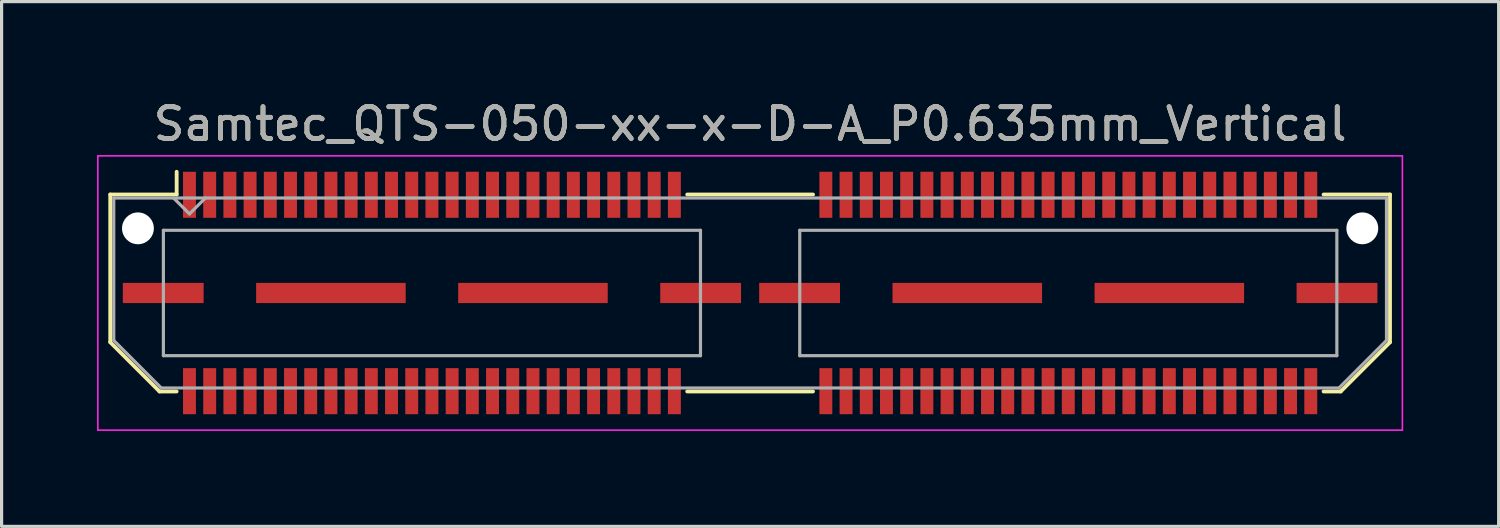
<source format=kicad_pcb>
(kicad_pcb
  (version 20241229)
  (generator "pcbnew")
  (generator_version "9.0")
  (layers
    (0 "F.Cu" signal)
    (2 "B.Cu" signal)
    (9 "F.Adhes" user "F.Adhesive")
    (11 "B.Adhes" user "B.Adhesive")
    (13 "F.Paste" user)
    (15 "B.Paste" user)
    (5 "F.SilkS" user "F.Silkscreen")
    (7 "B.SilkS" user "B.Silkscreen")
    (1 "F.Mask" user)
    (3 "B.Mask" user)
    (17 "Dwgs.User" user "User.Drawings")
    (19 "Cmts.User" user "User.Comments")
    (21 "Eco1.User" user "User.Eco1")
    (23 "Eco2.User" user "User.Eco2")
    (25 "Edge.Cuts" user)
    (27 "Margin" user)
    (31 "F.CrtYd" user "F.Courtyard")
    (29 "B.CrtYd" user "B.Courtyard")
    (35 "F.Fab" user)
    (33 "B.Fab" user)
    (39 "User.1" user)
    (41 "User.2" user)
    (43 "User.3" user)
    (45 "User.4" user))
  (footprint "Samtec_QTS-050-xx-x-D-A_P0.635mm_Vertical"
    (layer "F.Cu")
    (at 20.525 6.158)
    (property "Reference" "Samtec_QTS-050-xx-x-D-A_P0.635mm_Vertical" (at 0 -5.31 0) (layer "F.SilkS") (effects (font (size 1 1) (thickness 0.15))))
    (attr smd)
    (fp_line (start -20.11 -3.095) (end -20.11 1.548) (stroke (width 0.12) (type solid)) (layer "F.SilkS"))
    (fp_line (start -20.11 1.548) (end -18.562 3.095) (stroke (width 0.12) (type solid)) (layer "F.SilkS"))
    (fp_line (start -18.562 3.095) (end -18.023 3.095) (stroke (width 0.12) (type solid)) (layer "F.SilkS"))
    (fp_line (start -18.023 -3.81) (end -18.023 -3.095) (stroke (width 0.12) (type solid)) (layer "F.SilkS"))
    (fp_line (start -18.023 -3.095) (end -20.11 -3.095) (stroke (width 0.12) (type solid)) (layer "F.SilkS"))
    (fp_line (start -1.977 -3.095) (end 1.977 -3.095) (stroke (width 0.12) (type solid)) (layer "F.SilkS"))
    (fp_line (start -1.977 3.095) (end 1.977 3.095) (stroke (width 0.12) (type solid)) (layer "F.SilkS"))
    (fp_line (start 18.023 -3.095) (end 20.11 -3.095) (stroke (width 0.12) (type solid)) (layer "F.SilkS"))
    (fp_line (start 18.562 3.095) (end 18.023 3.095) (stroke (width 0.12) (type solid)) (layer "F.SilkS"))
    (fp_line (start 20.11 -3.095) (end 20.11 1.548) (stroke (width 0.12) (type solid)) (layer "F.SilkS"))
    (fp_line (start 20.11 1.548) (end 18.562 3.095) (stroke (width 0.12) (type solid)) (layer "F.SilkS"))
    (fp_line (start -20.5 -4.31) (end -20.5 4.31) (stroke (width 0.05) (type solid)) (layer "F.CrtYd"))
    (fp_line (start -20.5 4.31) (end 20.5 4.31) (stroke (width 0.05) (type solid)) (layer "F.CrtYd"))
    (fp_line (start 20.5 -4.31) (end -20.5 -4.31) (stroke (width 0.05) (type solid)) (layer "F.CrtYd"))
    (fp_line (start 20.5 4.31) (end 20.5 -4.31) (stroke (width 0.05) (type solid)) (layer "F.CrtYd"))
    (fp_line (start -20 -2.985) (end -20 1.492) (stroke (width 0.1) (type solid)) (layer "F.Fab"))
    (fp_line (start -20 -2.985) (end 20 -2.985) (stroke (width 0.1) (type solid)) (layer "F.Fab"))
    (fp_line (start -20 1.492) (end -18.508 2.985) (stroke (width 0.1) (type solid)) (layer "F.Fab"))
    (fp_line (start -18.508 2.985) (end 18.508 2.985) (stroke (width 0.1) (type solid)) (layer "F.Fab"))
    (fp_line (start -18.44 -1.97) (end -18.44 1.97) (stroke (width 0.1) (type solid)) (layer "F.Fab"))
    (fp_line (start -18.44 1.97) (end -1.56 1.97) (stroke (width 0.1) (type solid)) (layer "F.Fab"))
    (fp_line (start -17.62 -2.485) (end -18.12 -2.985) (stroke (width 0.1) (type solid)) (layer "F.Fab"))
    (fp_line (start -17.12 -2.985) (end -17.62 -2.485) (stroke (width 0.1) (type solid)) (layer "F.Fab"))
    (fp_line (start -1.56 -1.97) (end -18.44 -1.97) (stroke (width 0.1) (type solid)) (layer "F.Fab"))
    (fp_line (start -1.56 1.97) (end -1.56 -1.97) (stroke (width 0.1) (type solid)) (layer "F.Fab"))
    (fp_line (start 1.56 -1.97) (end 1.56 1.97) (stroke (width 0.1) (type solid)) (layer "F.Fab"))
    (fp_line (start 1.56 1.97) (end 18.44 1.97) (stroke (width 0.1) (type solid)) (layer "F.Fab"))
    (fp_line (start 18.44 -1.97) (end 1.56 -1.97) (stroke (width 0.1) (type solid)) (layer "F.Fab"))
    (fp_line (start 18.44 1.97) (end 18.44 -1.97) (stroke (width 0.1) (type solid)) (layer "F.Fab"))
    (fp_line (start 20 -2.985) (end 20 1.492) (stroke (width 0.1) (type solid)) (layer "F.Fab"))
    (fp_line (start 20 1.492) (end 18.508 2.985) (stroke (width 0.1) (type solid)) (layer "F.Fab"))
    (fp_text user "${REFERENCE}" (at 0 -5.31 0) (layer "F.Fab") (effects (font (size 1 1) (thickness 0.15))))
    (pad "" np_thru_hole circle (at -19.24 -2.032) (size 1 1) (drill 1) (layers "*.Cu" "*.Mask"))
    (pad "" np_thru_hole circle (at 19.24 -2.032) (size 1 1) (drill 1) (layers "*.Cu" "*.Mask"))
    (pad "1" smd rect (at -17.62 -3.086) (size 0.406 1.448) (layers "F.Cu" "F.Mask" "F.Paste"))
    (pad "2" smd rect (at -17.62 3.086) (size 0.406 1.448) (layers "F.Cu" "F.Mask" "F.Paste"))
    (pad "3" smd rect (at -16.985 -3.086) (size 0.406 1.448) (layers "F.Cu" "F.Mask" "F.Paste"))
    (pad "4" smd rect (at -16.985 3.086) (size 0.406 1.448) (layers "F.Cu" "F.Mask" "F.Paste"))
    (pad "5" smd rect (at -16.35 -3.086) (size 0.406 1.448) (layers "F.Cu" "F.Mask" "F.Paste"))
    (pad "6" smd rect (at -16.35 3.086) (size 0.406 1.448) (layers "F.Cu" "F.Mask" "F.Paste"))
    (pad "7" smd rect (at -15.715 -3.086) (size 0.406 1.448) (layers "F.Cu" "F.Mask" "F.Paste"))
    (pad "8" smd rect (at -15.715 3.086) (size 0.406 1.448) (layers "F.Cu" "F.Mask" "F.Paste"))
    (pad "9" smd rect (at -15.08 -3.086) (size 0.406 1.448) (layers "F.Cu" "F.Mask" "F.Paste"))
    (pad "10" smd rect (at -15.08 3.086) (size 0.406 1.448) (layers "F.Cu" "F.Mask" "F.Paste"))
    (pad "11" smd rect (at -14.445 -3.086) (size 0.406 1.448) (layers "F.Cu" "F.Mask" "F.Paste"))
    (pad "12" smd rect (at -14.445 3.086) (size 0.406 1.448) (layers "F.Cu" "F.Mask" "F.Paste"))
    (pad "13" smd rect (at -13.81 -3.086) (size 0.406 1.448) (layers "F.Cu" "F.Mask" "F.Paste"))
    (pad "14" smd rect (at -13.81 3.086) (size 0.406 1.448) (layers "F.Cu" "F.Mask" "F.Paste"))
    (pad "15" smd rect (at -13.175 -3.086) (size 0.406 1.448) (layers "F.Cu" "F.Mask" "F.Paste"))
    (pad "16" smd rect (at -13.175 3.086) (size 0.406 1.448) (layers "F.Cu" "F.Mask" "F.Paste"))
    (pad "17" smd rect (at -12.54 -3.086) (size 0.406 1.448) (layers "F.Cu" "F.Mask" "F.Paste"))
    (pad "18" smd rect (at -12.54 3.086) (size 0.406 1.448) (layers "F.Cu" "F.Mask" "F.Paste"))
    (pad "19" smd rect (at -11.905 -3.086) (size 0.406 1.448) (layers "F.Cu" "F.Mask" "F.Paste"))
    (pad "20" smd rect (at -11.905 3.086) (size 0.406 1.448) (layers "F.Cu" "F.Mask" "F.Paste"))
    (pad "21" smd rect (at -11.27 -3.086) (size 0.406 1.448) (layers "F.Cu" "F.Mask" "F.Paste"))
    (pad "22" smd rect (at -11.27 3.086) (size 0.406 1.448) (layers "F.Cu" "F.Mask" "F.Paste"))
    (pad "23" smd rect (at -10.635 -3.086) (size 0.406 1.448) (layers "F.Cu" "F.Mask" "F.Paste"))
    (pad "24" smd rect (at -10.635 3.086) (size 0.406 1.448) (layers "F.Cu" "F.Mask" "F.Paste"))
    (pad "25" smd rect (at -10 -3.086) (size 0.406 1.448) (layers "F.Cu" "F.Mask" "F.Paste"))
    (pad "26" smd rect (at -10 3.086) (size 0.406 1.448) (layers "F.Cu" "F.Mask" "F.Paste"))
    (pad "27" smd rect (at -9.365 -3.086) (size 0.406 1.448) (layers "F.Cu" "F.Mask" "F.Paste"))
    (pad "28" smd rect (at -9.365 3.086) (size 0.406 1.448) (layers "F.Cu" "F.Mask" "F.Paste"))
    (pad "29" smd rect (at -8.73 -3.086) (size 0.406 1.448) (layers "F.Cu" "F.Mask" "F.Paste"))
    (pad "30" smd rect (at -8.73 3.086) (size 0.406 1.448) (layers "F.Cu" "F.Mask" "F.Paste"))
    (pad "31" smd rect (at -8.095 -3.086) (size 0.406 1.448) (layers "F.Cu" "F.Mask" "F.Paste"))
    (pad "32" smd rect (at -8.095 3.086) (size 0.406 1.448) (layers "F.Cu" "F.Mask" "F.Paste"))
    (pad "33" smd rect (at -7.46 -3.086) (size 0.406 1.448) (layers "F.Cu" "F.Mask" "F.Paste"))
    (pad "34" smd rect (at -7.46 3.086) (size 0.406 1.448) (layers "F.Cu" "F.Mask" "F.Paste"))
    (pad "35" smd rect (at -6.825 -3.086) (size 0.406 1.448) (layers "F.Cu" "F.Mask" "F.Paste"))
    (pad "36" smd rect (at -6.825 3.086) (size 0.406 1.448) (layers "F.Cu" "F.Mask" "F.Paste"))
    (pad "37" smd rect (at -6.19 -3.086) (size 0.406 1.448) (layers "F.Cu" "F.Mask" "F.Paste"))
    (pad "38" smd rect (at -6.19 3.086) (size 0.406 1.448) (layers "F.Cu" "F.Mask" "F.Paste"))
    (pad "39" smd rect (at -5.555 -3.086) (size 0.406 1.448) (layers "F.Cu" "F.Mask" "F.Paste"))
    (pad "40" smd rect (at -5.555 3.086) (size 0.406 1.448) (layers "F.Cu" "F.Mask" "F.Paste"))
    (pad "41" smd rect (at -4.92 -3.086) (size 0.406 1.448) (layers "F.Cu" "F.Mask" "F.Paste"))
    (pad "42" smd rect (at -4.92 3.086) (size 0.406 1.448) (layers "F.Cu" "F.Mask" "F.Paste"))
    (pad "43" smd rect (at -4.285 -3.086) (size 0.406 1.448) (layers "F.Cu" "F.Mask" "F.Paste"))
    (pad "44" smd rect (at -4.285 3.086) (size 0.406 1.448) (layers "F.Cu" "F.Mask" "F.Paste"))
    (pad "45" smd rect (at -3.65 -3.086) (size 0.406 1.448) (layers "F.Cu" "F.Mask" "F.Paste"))
    (pad "46" smd rect (at -3.65 3.086) (size 0.406 1.448) (layers "F.Cu" "F.Mask" "F.Paste"))
    (pad "47" smd rect (at -3.015 -3.086) (size 0.406 1.448) (layers "F.Cu" "F.Mask" "F.Paste"))
    (pad "48" smd rect (at -3.015 3.086) (size 0.406 1.448) (layers "F.Cu" "F.Mask" "F.Paste"))
    (pad "49" smd rect (at -2.38 -3.086) (size 0.406 1.448) (layers "F.Cu" "F.Mask" "F.Paste"))
    (pad "50" smd rect (at -2.38 3.086) (size 0.406 1.448) (layers "F.Cu" "F.Mask" "F.Paste"))
    (pad "51" smd rect (at 2.38 -3.086) (size 0.406 1.448) (layers "F.Cu" "F.Mask" "F.Paste"))
    (pad "52" smd rect (at 2.38 3.086) (size 0.406 1.448) (layers "F.Cu" "F.Mask" "F.Paste"))
    (pad "53" smd rect (at 3.015 -3.086) (size 0.406 1.448) (layers "F.Cu" "F.Mask" "F.Paste"))
    (pad "54" smd rect (at 3.015 3.086) (size 0.406 1.448) (layers "F.Cu" "F.Mask" "F.Paste"))
    (pad "55" smd rect (at 3.65 -3.086) (size 0.406 1.448) (layers "F.Cu" "F.Mask" "F.Paste"))
    (pad "56" smd rect (at 3.65 3.086) (size 0.406 1.448) (layers "F.Cu" "F.Mask" "F.Paste"))
    (pad "57" smd rect (at 4.285 -3.086) (size 0.406 1.448) (layers "F.Cu" "F.Mask" "F.Paste"))
    (pad "58" smd rect (at 4.285 3.086) (size 0.406 1.448) (layers "F.Cu" "F.Mask" "F.Paste"))
    (pad "59" smd rect (at 4.92 -3.086) (size 0.406 1.448) (layers "F.Cu" "F.Mask" "F.Paste"))
    (pad "60" smd rect (at 4.92 3.086) (size 0.406 1.448) (layers "F.Cu" "F.Mask" "F.Paste"))
    (pad "61" smd rect (at 5.555 -3.086) (size 0.406 1.448) (layers "F.Cu" "F.Mask" "F.Paste"))
    (pad "62" smd rect (at 5.555 3.086) (size 0.406 1.448) (layers "F.Cu" "F.Mask" "F.Paste"))
    (pad "63" smd rect (at 6.19 -3.086) (size 0.406 1.448) (layers "F.Cu" "F.Mask" "F.Paste"))
    (pad "64" smd rect (at 6.19 3.086) (size 0.406 1.448) (layers "F.Cu" "F.Mask" "F.Paste"))
    (pad "65" smd rect (at 6.825 -3.086) (size 0.406 1.448) (layers "F.Cu" "F.Mask" "F.Paste"))
    (pad "66" smd rect (at 6.825 3.086) (size 0.406 1.448) (layers "F.Cu" "F.Mask" "F.Paste"))
    (pad "67" smd rect (at 7.46 -3.086) (size 0.406 1.448) (layers "F.Cu" "F.Mask" "F.Paste"))
    (pad "68" smd rect (at 7.46 3.086) (size 0.406 1.448) (layers "F.Cu" "F.Mask" "F.Paste"))
    (pad "69" smd rect (at 8.095 -3.086) (size 0.406 1.448) (layers "F.Cu" "F.Mask" "F.Paste"))
    (pad "70" smd rect (at 8.095 3.086) (size 0.406 1.448) (layers "F.Cu" "F.Mask" "F.Paste"))
    (pad "71" smd rect (at 8.73 -3.086) (size 0.406 1.448) (layers "F.Cu" "F.Mask" "F.Paste"))
    (pad "72" smd rect (at 8.73 3.086) (size 0.406 1.448) (layers "F.Cu" "F.Mask" "F.Paste"))
    (pad "73" smd rect (at 9.365 -3.086) (size 0.406 1.448) (layers "F.Cu" "F.Mask" "F.Paste"))
    (pad "74" smd rect (at 9.365 3.086) (size 0.406 1.448) (layers "F.Cu" "F.Mask" "F.Paste"))
    (pad "75" smd rect (at 10 -3.086) (size 0.406 1.448) (layers "F.Cu" "F.Mask" "F.Paste"))
    (pad "76" smd rect (at 10 3.086) (size 0.406 1.448) (layers "F.Cu" "F.Mask" "F.Paste"))
    (pad "77" smd rect (at 10.635 -3.086) (size 0.406 1.448) (layers "F.Cu" "F.Mask" "F.Paste"))
    (pad "78" smd rect (at 10.635 3.086) (size 0.406 1.448) (layers "F.Cu" "F.Mask" "F.Paste"))
    (pad "79" smd rect (at 11.27 -3.086) (size 0.406 1.448) (layers "F.Cu" "F.Mask" "F.Paste"))
    (pad "80" smd rect (at 11.27 3.086) (size 0.406 1.448) (layers "F.Cu" "F.Mask" "F.Paste"))
    (pad "81" smd rect (at 11.905 -3.086) (size 0.406 1.448) (layers "F.Cu" "F.Mask" "F.Paste"))
    (pad "82" smd rect (at 11.905 3.086) (size 0.406 1.448) (layers "F.Cu" "F.Mask" "F.Paste"))
    (pad "83" smd rect (at 12.54 -3.086) (size 0.406 1.448) (layers "F.Cu" "F.Mask" "F.Paste"))
    (pad "84" smd rect (at 12.54 3.086) (size 0.406 1.448) (layers "F.Cu" "F.Mask" "F.Paste"))
    (pad "85" smd rect (at 13.175 -3.086) (size 0.406 1.448) (layers "F.Cu" "F.Mask" "F.Paste"))
    (pad "86" smd rect (at 13.175 3.086) (size 0.406 1.448) (layers "F.Cu" "F.Mask" "F.Paste"))
    (pad "87" smd rect (at 13.81 -3.086) (size 0.406 1.448) (layers "F.Cu" "F.Mask" "F.Paste"))
    (pad "88" smd rect (at 13.81 3.086) (size 0.406 1.448) (layers "F.Cu" "F.Mask" "F.Paste"))
    (pad "89" smd rect (at 14.445 -3.086) (size 0.406 1.448) (layers "F.Cu" "F.Mask" "F.Paste"))
    (pad "90" smd rect (at 14.445 3.086) (size 0.406 1.448) (layers "F.Cu" "F.Mask" "F.Paste"))
    (pad "91" smd rect (at 15.08 -3.086) (size 0.406 1.448) (layers "F.Cu" "F.Mask" "F.Paste"))
    (pad "92" smd rect (at 15.08 3.086) (size 0.406 1.448) (layers "F.Cu" "F.Mask" "F.Paste"))
    (pad "93" smd rect (at 15.715 -3.086) (size 0.406 1.448) (layers "F.Cu" "F.Mask" "F.Paste"))
    (pad "94" smd rect (at 15.715 3.086) (size 0.406 1.448) (layers "F.Cu" "F.Mask" "F.Paste"))
    (pad "95" smd rect (at 16.35 -3.086) (size 0.406 1.448) (layers "F.Cu" "F.Mask" "F.Paste"))
    (pad "96" smd rect (at 16.35 3.086) (size 0.406 1.448) (layers "F.Cu" "F.Mask" "F.Paste"))
    (pad "97" smd rect (at 16.985 -3.086) (size 0.406 1.448) (layers "F.Cu" "F.Mask" "F.Paste"))
    (pad "98" smd rect (at 16.985 3.086) (size 0.406 1.448) (layers "F.Cu" "F.Mask" "F.Paste"))
    (pad "99" smd rect (at 17.62 -3.086) (size 0.406 1.448) (layers "F.Cu" "F.Mask" "F.Paste"))
    (pad "100" smd rect (at 17.62 3.086) (size 0.406 1.448) (layers "F.Cu" "F.Mask" "F.Paste"))
    (pad "P1" smd rect (at -18.445 0) (size 2.54 0.635) (layers "F.Cu" "F.Mask" "F.Paste"))
    (pad "P1" smd rect (at -13.175 0) (size 4.7 0.635) (layers "F.Cu" "F.Mask" "F.Paste"))
    (pad "P1" smd rect (at -6.825 0) (size 4.7 0.635) (layers "F.Cu" "F.Mask" "F.Paste"))
    (pad "P1" smd rect (at -1.555 0) (size 2.54 0.635) (layers "F.Cu" "F.Mask" "F.Paste"))
    (pad "P2" smd rect (at 1.555 0) (size 2.54 0.635) (layers "F.Cu" "F.Mask" "F.Paste"))
    (pad "P2" smd rect (at 6.825 0) (size 4.7 0.635) (layers "F.Cu" "F.Mask" "F.Paste"))
    (pad "P2" smd rect (at 13.175 0) (size 4.7 0.635) (layers "F.Cu" "F.Mask" "F.Paste"))
    (pad "P2" smd rect (at 18.445 0) (size 2.54 0.635) (layers "F.Cu" "F.Mask" "F.Paste")))
  (gr_rect
    (start -3 -3)
    (end 44.05 13.493)
    (stroke (width 0.1) (type default))
    (fill no)
    (layer "Edge.Cuts")))
</source>
